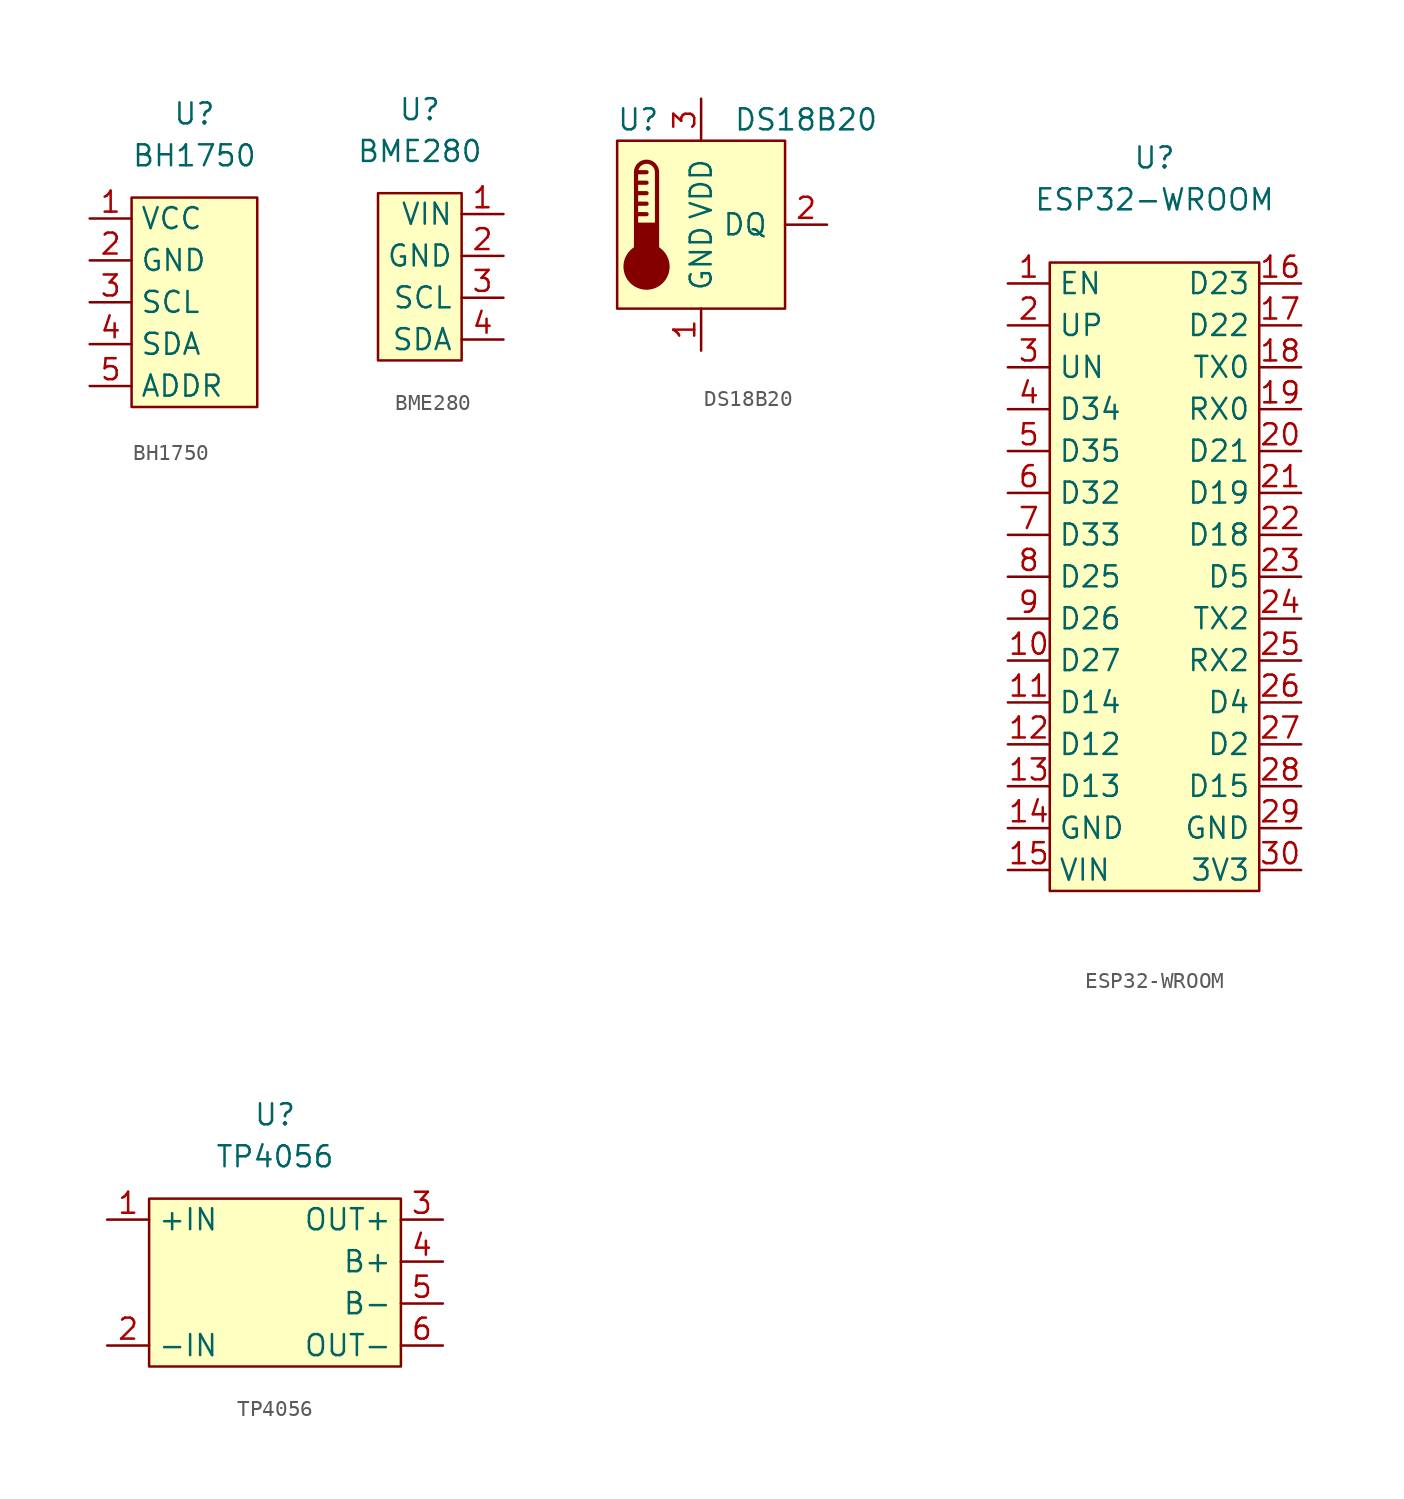
<source format=kicad_sym>
(kicad_symbol_lib
  (version 20211014)
  (generator kicad_symbol_editor)
  (symbol "BH1750"
    (property "Reference" "U"
      (at 0 8.89 0)
      (effects (font (size 1.27 1.27))))
    (property "Value" "BH1750"
      (at 0 6.35 0)
      (effects (font (size 1.27 1.27))))
    (symbol "BH1750_0_1"
      (rectangle (start -3.81 3.81) (end 3.81 -8.89) (stroke (width 0) (type default) (color 0 0 0 0)) (fill (type background))))
    (symbol "BH1750_1_1"
      (pin power_in line (at -6.35 2.54 0) (length 2.54) (name "VCC" (effects (font (size 1.27 1.27)))) (number "1" (effects (font (size 1.27 1.27)))))
      (pin power_in line (at -6.35 0 0) (length 2.54) (name "GND" (effects (font (size 1.27 1.27)))) (number "2" (effects (font (size 1.27 1.27)))))
      (pin bidirectional line (at -6.35 -2.54 0) (length 2.54) (name "SCL" (effects (font (size 1.27 1.27)))) (number "3" (effects (font (size 1.27 1.27)))))
      (pin bidirectional line (at -6.35 -5.08 0) (length 2.54) (name "SDA" (effects (font (size 1.27 1.27)))) (number "4" (effects (font (size 1.27 1.27)))))
      (pin bidirectional line (at -6.35 -7.62 0) (length 2.54) (name "ADDR" (effects (font (size 1.27 1.27)))) (number "5" (effects (font (size 1.27 1.27)))))))
  (symbol "BME280"
    (property "Reference" "U"
      (at 0 7.62 0)
      (effects (font (size 1.27 1.27))))
    (property "Value" "BME280"
      (at 0 5.08 0)
      (effects (font (size 1.27 1.27))))
    (symbol "BME280_0_1"
      (rectangle (start -2.54 2.54) (end 2.54 -7.62) (stroke (width 0) (type default) (color 0 0 0 0)) (fill (type background))))
    (symbol "BME280_1_1"
      (pin power_in line (at 5.08 1.27 180) (length 2.54) (name "VIN" (effects (font (size 1.27 1.27)))) (number "1" (effects (font (size 1.27 1.27)))))
      (pin power_in line (at 5.08 -1.27 180) (length 2.54) (name "GND" (effects (font (size 1.27 1.27)))) (number "2" (effects (font (size 1.27 1.27)))))
      (pin bidirectional line (at 5.08 -3.81 180) (length 2.54) (name "SCL" (effects (font (size 1.27 1.27)))) (number "3" (effects (font (size 1.27 1.27)))))
      (pin bidirectional line (at 5.08 -6.35 180) (length 2.54) (name "SDA" (effects (font (size 1.27 1.27)))) (number "4" (effects (font (size 1.27 1.27)))))))
  (symbol "DS18B20"
    (pin_names
      (offset 1.016))
    (property "Reference" "U"
      (at -3.81 6.35 0)
      (effects (font (size 1.27 1.27))))
    (property "Value" "DS18B20"
      (at 6.35 6.35 0)
      (effects (font (size 1.27 1.27))))
    (symbol "DS18B20_0_1"
      (rectangle (start -5.08 5.08) (end 5.08 -5.08) (stroke (width 0) (type default) (color 0 0 0 0)) (fill (type background)))
      (circle (center -3.302 -2.54) (radius 1.27) (stroke (width 0.254) (type default) (color 0 0 0 0)) (fill (type outline)))
      (rectangle (start -2.667 -1.905) (end -3.937 0) (stroke (width 0.254) (type default) (color 0 0 0 0)) (fill (type outline)))
      (arc (start -2.667 3.175) (mid -3.302 3.81) (end -3.937 3.175) (stroke (width 0.254) (type default) (color 0 0 0 0)) (fill (type none)))
      (polyline (pts (xy -3.937 0.635) (xy -3.302 0.635)) (stroke (width 0.254) (type default) (color 0 0 0 0)) (fill (type none)))
      (polyline (pts (xy -3.937 1.27) (xy -3.302 1.27)) (stroke (width 0.254) (type default) (color 0 0 0 0)) (fill (type none)))
      (polyline (pts (xy -3.937 1.905) (xy -3.302 1.905)) (stroke (width 0.254) (type default) (color 0 0 0 0)) (fill (type none)))
      (polyline (pts (xy -3.937 2.54) (xy -3.302 2.54)) (stroke (width 0.254) (type default) (color 0 0 0 0)) (fill (type none)))
      (polyline (pts (xy -3.937 3.175) (xy -3.937 0)) (stroke (width 0.254) (type default) (color 0 0 0 0)) (fill (type none)))
      (polyline (pts (xy -3.937 3.175) (xy -3.302 3.175)) (stroke (width 0.254) (type default) (color 0 0 0 0)) (fill (type none)))
      (polyline (pts (xy -2.667 3.175) (xy -2.667 0)) (stroke (width 0.254) (type default) (color 0 0 0 0)) (fill (type none))))
    (symbol "DS18B20_1_1"
      (pin power_in line (at 0 -7.62 90) (length 2.54) (name "GND" (effects (font (size 1.27 1.27)))) (number "1" (effects (font (size 1.27 1.27)))))
      (pin bidirectional line (at 7.62 0 180) (length 2.54) (name "DQ" (effects (font (size 1.27 1.27)))) (number "2" (effects (font (size 1.27 1.27)))))
      (pin power_in line (at 0 7.62 270) (length 2.54) (name "VDD" (effects (font (size 1.27 1.27)))) (number "3" (effects (font (size 1.27 1.27)))))))
  (symbol "ESP32-WROOM"
    (property "Reference" "U"
      (at 0 12.7 0)
      (effects (font (size 1.27 1.27))))
    (property "Value" "ESP32-WROOM"
      (at 0 10.16 0)
      (effects (font (size 1.27 1.27))))
    (symbol "ESP32-WROOM_0_1"
      (rectangle (start -6.35 6.35) (end 6.35 -31.75) (stroke (width 0) (type default) (color 0 0 0 0)) (fill (type background))))
    (symbol "ESP32-WROOM_1_1"
      (pin bidirectional line (at -8.89 5.08 0) (length 2.54) (name "EN" (effects (font (size 1.27 1.27)))) (number "1" (effects (font (size 1.27 1.27)))))
      (pin bidirectional line (at -8.89 -17.78 0) (length 2.54) (name "D27" (effects (font (size 1.27 1.27)))) (number "10" (effects (font (size 1.27 1.27)))))
      (pin bidirectional line (at -8.89 -20.32 0) (length 2.54) (name "D14" (effects (font (size 1.27 1.27)))) (number "11" (effects (font (size 1.27 1.27)))))
      (pin bidirectional line (at -8.89 -22.86 0) (length 2.54) (name "D12" (effects (font (size 1.27 1.27)))) (number "12" (effects (font (size 1.27 1.27)))))
      (pin bidirectional line (at -8.89 -25.4 0) (length 2.54) (name "D13" (effects (font (size 1.27 1.27)))) (number "13" (effects (font (size 1.27 1.27)))))
      (pin power_in line (at -8.89 -27.94 0) (length 2.54) (name "GND" (effects (font (size 1.27 1.27)))) (number "14" (effects (font (size 1.27 1.27)))))
      (pin power_in line (at -8.89 -30.48 0) (length 2.54) (name "VIN" (effects (font (size 1.27 1.27)))) (number "15" (effects (font (size 1.27 1.27)))))
      (pin bidirectional line (at 8.89 5.08 180) (length 2.54) (name "D23" (effects (font (size 1.27 1.27)))) (number "16" (effects (font (size 1.27 1.27)))))
      (pin bidirectional line (at 8.89 2.54 180) (length 2.54) (name "D22" (effects (font (size 1.27 1.27)))) (number "17" (effects (font (size 1.27 1.27)))))
      (pin bidirectional line (at 8.89 0 180) (length 2.54) (name "TX0" (effects (font (size 1.27 1.27)))) (number "18" (effects (font (size 1.27 1.27)))))
      (pin bidirectional line (at 8.89 -2.54 180) (length 2.54) (name "RX0" (effects (font (size 1.27 1.27)))) (number "19" (effects (font (size 1.27 1.27)))))
      (pin bidirectional line (at -8.89 2.54 0) (length 2.54) (name "UP" (effects (font (size 1.27 1.27)))) (number "2" (effects (font (size 1.27 1.27)))))
      (pin bidirectional line (at 8.89 -5.08 180) (length 2.54) (name "D21" (effects (font (size 1.27 1.27)))) (number "20" (effects (font (size 1.27 1.27)))))
      (pin bidirectional line (at 8.89 -7.62 180) (length 2.54) (name "D19" (effects (font (size 1.27 1.27)))) (number "21" (effects (font (size 1.27 1.27)))))
      (pin bidirectional line (at 8.89 -10.16 180) (length 2.54) (name "D18" (effects (font (size 1.27 1.27)))) (number "22" (effects (font (size 1.27 1.27)))))
      (pin bidirectional line (at 8.89 -12.7 180) (length 2.54) (name "D5" (effects (font (size 1.27 1.27)))) (number "23" (effects (font (size 1.27 1.27)))))
      (pin bidirectional line (at 8.89 -15.24 180) (length 2.54) (name "TX2" (effects (font (size 1.27 1.27)))) (number "24" (effects (font (size 1.27 1.27)))))
      (pin bidirectional line (at 8.89 -17.78 180) (length 2.54) (name "RX2" (effects (font (size 1.27 1.27)))) (number "25" (effects (font (size 1.27 1.27)))))
      (pin bidirectional line (at 8.89 -20.32 180) (length 2.54) (name "D4" (effects (font (size 1.27 1.27)))) (number "26" (effects (font (size 1.27 1.27)))))
      (pin bidirectional line (at 8.89 -22.86 180) (length 2.54) (name "D2" (effects (font (size 1.27 1.27)))) (number "27" (effects (font (size 1.27 1.27)))))
      (pin bidirectional line (at 8.89 -25.4 180) (length 2.54) (name "D15" (effects (font (size 1.27 1.27)))) (number "28" (effects (font (size 1.27 1.27)))))
      (pin power_in line (at 8.89 -27.94 180) (length 2.54) (name "GND" (effects (font (size 1.27 1.27)))) (number "29" (effects (font (size 1.27 1.27)))))
      (pin bidirectional line (at -8.89 0 0) (length 2.54) (name "UN" (effects (font (size 1.27 1.27)))) (number "3" (effects (font (size 1.27 1.27)))))
      (pin power_out line (at 8.89 -30.48 180) (length 2.54) (name "3V3" (effects (font (size 1.27 1.27)))) (number "30" (effects (font (size 1.27 1.27)))))
      (pin bidirectional line (at -8.89 -2.54 0) (length 2.54) (name "D34" (effects (font (size 1.27 1.27)))) (number "4" (effects (font (size 1.27 1.27)))))
      (pin bidirectional line (at -8.89 -5.08 0) (length 2.54) (name "D35" (effects (font (size 1.27 1.27)))) (number "5" (effects (font (size 1.27 1.27)))))
      (pin bidirectional line (at -8.89 -7.62 0) (length 2.54) (name "D32" (effects (font (size 1.27 1.27)))) (number "6" (effects (font (size 1.27 1.27)))))
      (pin bidirectional line (at -8.89 -10.16 0) (length 2.54) (name "D33" (effects (font (size 1.27 1.27)))) (number "7" (effects (font (size 1.27 1.27)))))
      (pin bidirectional line (at -8.89 -12.7 0) (length 2.54) (name "D25" (effects (font (size 1.27 1.27)))) (number "8" (effects (font (size 1.27 1.27)))))
      (pin bidirectional line (at -8.89 -15.24 0) (length 2.54) (name "D26" (effects (font (size 1.27 1.27)))) (number "9" (effects (font (size 1.27 1.27)))))))
  (symbol "TP4056"
    (property "Reference" "U"
      (at 0 10.16 0)
      (effects (font (size 1.27 1.27))))
    (property "Value" "TP4056"
      (at 0 7.62 0)
      (effects (font (size 1.27 1.27))))
    (symbol "TP4056_0_1"
      (rectangle (start -7.62 5.08) (end 7.62 -5.08) (stroke (width 0) (type default) (color 0 0 0 0)) (fill (type background))))
    (symbol "TP4056_1_1"
      (pin power_in line (at -10.16 3.81 0) (length 2.54) (name "+IN" (effects (font (size 1.27 1.27)))) (number "1" (effects (font (size 1.27 1.27)))))
      (pin power_in line (at -10.16 -3.81 0) (length 2.54) (name "-IN" (effects (font (size 1.27 1.27)))) (number "2" (effects (font (size 1.27 1.27)))))
      (pin power_out line (at 10.16 3.81 180) (length 2.54) (name "OUT+" (effects (font (size 1.27 1.27)))) (number "3" (effects (font (size 1.27 1.27)))))
      (pin power_out line (at 10.16 1.27 180) (length 2.54) (name "B+" (effects (font (size 1.27 1.27)))) (number "4" (effects (font (size 1.27 1.27)))))
      (pin power_out line (at 10.16 -1.27 180) (length 2.54) (name "B-" (effects (font (size 1.27 1.27)))) (number "5" (effects (font (size 1.27 1.27)))))
      (pin power_out line (at 10.16 -3.81 180) (length 2.54) (name "OUT-" (effects (font (size 1.27 1.27)))) (number "6" (effects (font (size 1.27 1.27))))))))
</source>
